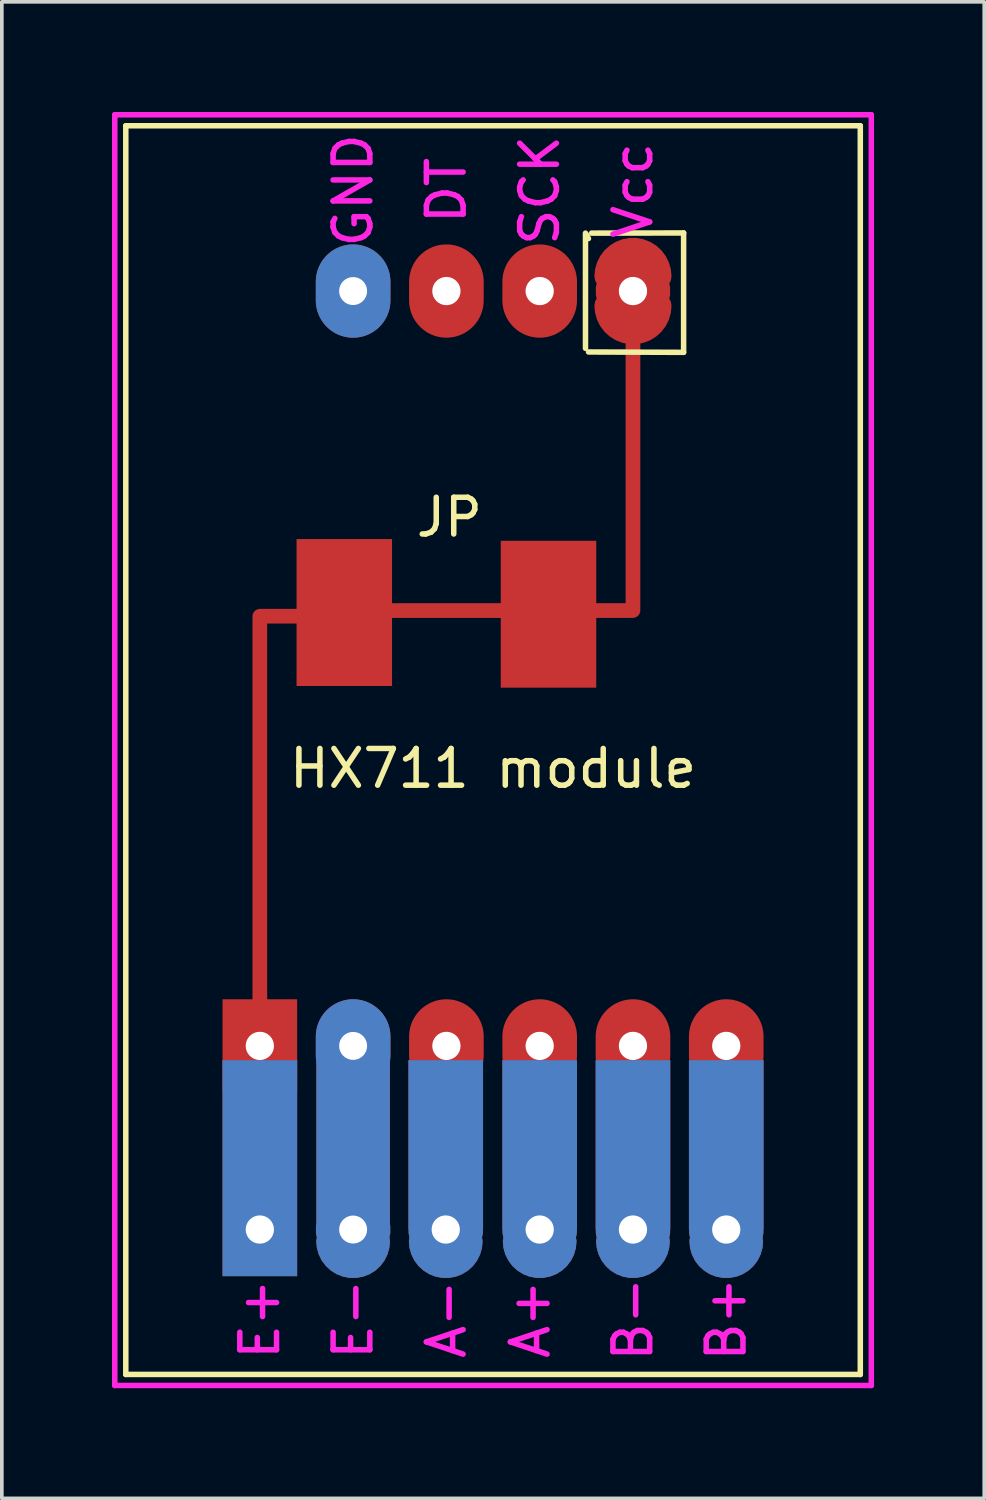
<source format=kicad_pcb>
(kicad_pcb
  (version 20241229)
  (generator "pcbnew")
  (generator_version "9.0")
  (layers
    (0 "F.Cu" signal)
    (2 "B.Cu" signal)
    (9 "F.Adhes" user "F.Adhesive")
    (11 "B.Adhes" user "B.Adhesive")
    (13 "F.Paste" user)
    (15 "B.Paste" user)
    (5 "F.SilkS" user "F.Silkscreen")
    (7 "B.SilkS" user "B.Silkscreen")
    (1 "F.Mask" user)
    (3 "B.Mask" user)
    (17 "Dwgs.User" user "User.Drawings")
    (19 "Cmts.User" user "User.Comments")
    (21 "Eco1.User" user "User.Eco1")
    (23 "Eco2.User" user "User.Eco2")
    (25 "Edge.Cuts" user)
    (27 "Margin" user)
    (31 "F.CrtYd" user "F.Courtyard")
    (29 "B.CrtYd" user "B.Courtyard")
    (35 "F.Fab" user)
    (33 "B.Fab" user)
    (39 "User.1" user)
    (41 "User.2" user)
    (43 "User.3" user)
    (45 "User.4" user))
  (footprint "HX711 module"
    (layer "F.Cu")
    (at 10.375 17.375)
    (property "Reference" "HX711 module" (at 0 0.5 0) (layer "F.SilkS") (effects (font (size 1 1) (thickness 0.15))))
    (attr through_hole)
    (fp_line (start -10 -17) (end -10 17) (stroke (width 0.15) (type solid)) (layer "F.SilkS"))
    (fp_line (start -10 -17) (end 10 -17) (stroke (width 0.15) (type solid)) (layer "F.SilkS"))
    (fp_line (start -10 17) (end 10 17) (stroke (width 0.15) (type solid)) (layer "F.SilkS"))
    (fp_line (start 2.517 -10.94) (end 2.517 -14.077) (stroke (width 0.15) (type solid)) (layer "F.SilkS"))
    (fp_line (start 2.598 -13.929) (end 2.548 -14.031) (stroke (width 0.15) (type solid)) (layer "F.SilkS"))
    (fp_line (start 2.682 -14.077) (end 5.189 -14.082) (stroke (width 0.15) (type solid)) (layer "F.SilkS"))
    (fp_line (start 5.189 -14.082) (end 5.189 -10.831) (stroke (width 0.15) (type solid)) (layer "F.SilkS"))
    (fp_line (start 5.189 -10.831) (end 2.601 -10.841) (stroke (width 0.15) (type solid)) (layer "F.SilkS"))
    (fp_line (start 10 -17) (end 10 17) (stroke (width 0.15) (type solid)) (layer "F.SilkS"))
    (fp_line (start -10.3 -17.3) (end 10.3 -17.3) (stroke (width 0.15) (type solid)) (layer "F.CrtYd"))
    (fp_line (start -10.3 17.3) (end -10.3 -17.3) (stroke (width 0.15) (type solid)) (layer "F.CrtYd"))
    (fp_line (start 10.3 -17.3) (end 10.3 17.3) (stroke (width 0.15) (type solid)) (layer "F.CrtYd"))
    (fp_line (start 10.3 17.3) (end -10.3 17.3) (stroke (width 0.15) (type solid)) (layer "F.CrtYd"))
    (fp_text user "JP" (at -1.189 -6.34 0) (layer "F.SilkS") (effects (font (size 1 1) (thickness 0.15))))
    (fp_text user "Vcc" (at 3.81 -15.24 90) (unlocked yes) (layer "F.CrtYd") (effects (font (size 1 1) (thickness 0.15))))
    (fp_text user "DT" (at -1.27 -15.24 90) (unlocked yes) (layer "F.CrtYd") (effects (font (size 1 1) (thickness 0.15))))
    (fp_text user "E-" (at -3.81 15.494 90) (unlocked yes) (layer "F.CrtYd") (effects (font (size 1 1) (thickness 0.15))))
    (fp_text user "E+" (at -6.35 15.494 90) (unlocked yes) (layer "F.CrtYd") (effects (font (size 1 1) (thickness 0.15))))
    (fp_text user "B-" (at 3.81 15.494 90) (unlocked yes) (layer "F.CrtYd") (effects (font (size 1 1) (thickness 0.15))))
    (fp_text user "A-" (at -1.27 15.494 90) (unlocked yes) (layer "F.CrtYd") (effects (font (size 1 1) (thickness 0.15))))
    (fp_text user "B+" (at 6.35 15.494 90) (unlocked yes) (layer "F.CrtYd") (effects (font (size 1 1) (thickness 0.15))))
    (fp_text user "SCK" (at 1.27 -15.24 90) (unlocked yes) (layer "F.CrtYd") (effects (font (size 1 1) (thickness 0.15))))
    (fp_text user "A+" (at 1.016 15.494 90) (unlocked yes) (layer "F.CrtYd") (effects (font (size 1 1) (thickness 0.15))))
    (fp_text user "GND" (at -3.81 -15.24 90) (unlocked yes) (layer "F.CrtYd") (effects (font (size 1 1) (thickness 0.15))))
    (pad "" np_thru_hole custom (at -6.35 8.054) (size 2.032 2.54) (drill 0.77) (layers "F.Cu" "F.Mask") (options (anchor rect)) (primitives (gr_line (start 0 -1) (end 0 -11.7) (width 0.4)) (gr_line (start 0 -11.7) (end 2 -11.7) (width 0.4)) (gr_poly (pts (xy 1 -13.8) (xy 3.6 -13.8) (xy 3.6 -9.8) (xy 1 -9.8)) (width 0) (fill yes))))
    (pad "" thru_hole custom (at -6.35 13.054) (size 2.032 2.54) (drill 0.77) (layers "F.Cu" "F.Mask") (options (anchor rect)) (primitives (gr_poly (pts (xy -1.016 0) (xy -1.016 -4.61) (xy 1.016 -4.61) (xy 1.016 0)) (width 0) (fill yes))))
    (pad "" np_thru_hole oval (at -1.27 -12.5) (size 2.032 2.54) (drill 0.77) (layers "F.Cu" "F.Mask"))
    (pad "" np_thru_hole oval (at -1.27 8.054) (size 2.032 2.54) (drill 0.77) (layers "F.Cu" "F.Mask"))
    (pad "" np_thru_hole oval (at 1.27 -12.5) (size 2.032 2.54) (drill 0.77) (layers "F.Cu" "F.Mask"))
    (pad "" np_thru_hole oval (at 1.27 8.054) (size 2.032 2.54) (drill 0.77) (layers "F.Cu" "F.Mask"))
    (pad "" np_thru_hole custom (at 3.81 -12.5) (size 2.032 2.032) (drill 0.77) (layers "F.Cu" "F.Mask") (options (anchor circle)) (primitives (gr_line (start 0 1) (end 0 8.7) (width 0.4)) (gr_arc (start -0.7 -0.4) (mid 0 -1.1) (end 0.7 -0.4) (width 0.7)) (gr_arc (start 0.7 0.4) (mid 0 1.1) (end -0.7 0.4) (width 0.7)) (gr_line (start 0 8.7) (end -1.2 8.7) (width 0.4)) (gr_poly (pts (xy -1 10.8) (xy -1 6.8) (xy -3.6 6.8) (xy -3.6 10.8)) (width 0) (fill yes)) (gr_line (start -3.4 8.7) (end -6.55 8.7) (width 0.4))))
    (pad "" np_thru_hole oval (at 3.81 8.054) (size 2.032 2.54) (drill 0.77) (layers "F.Cu" "F.Mask"))
    (pad "" np_thru_hole oval (at 6.35 8.054) (size 2.032 2.54) (drill 0.77) (layers "F.Cu" "F.Mask"))
    (pad "2" thru_hole custom (at -3.81 13.054) (size 2.032 2.032) (drill 0.762) (layers "*.Cu" "*.Mask") (options (anchor circle)) (primitives (gr_poly (pts (xy -1 0) (xy -1 -4.61) (xy 1 -4.61) (xy 1 0)) (width 0) (fill yes)) (gr_arc (start 0.6858 0.3175) (mid 0 1.0033) (end -0.6858 0.3175) (width 0.635))))
    (pad "2 DUP" thru_hole oval (at -3.81 8.054) (size 2.032 2.54) (drill 0.762) (layers "*.Cu" "*.Mask"))
    (pad "GND" thru_hole oval (at -3.81 -12.5) (size 2.032 2.54) (drill 0.762) (layers "*.Cu" "*.Mask"))
    (pad "~" thru_hole custom (at -1.288 13.054) (size 2.032 2.032) (drill 0.77) (layers "F.Cu" "F.Mask") (options (anchor circle)) (primitives (gr_poly (pts (xy -1.016 0) (xy -1.016 -4.61) (xy 1.016 -4.61) (xy 1.016 0)) (width 0) (fill yes)) (gr_arc (start 0.6858 0.3175) (mid 0 1.0033) (end -0.6858 0.3175) (width 0.635))))
    (pad "~" thru_hole custom (at 1.27 13.054) (size 2.032 2.032) (drill 0.77) (layers "F.Cu" "F.Mask") (options (anchor circle)) (primitives (gr_poly (pts (xy -1.016 0) (xy -1.016 -4.61) (xy 1.016 -4.61) (xy 1.016 0)) (width 0) (fill yes)) (gr_arc (start 0.6858 0.3175) (mid 0 1.0033) (end -0.6858 0.3175) (width 0.635))))
    (pad "~" thru_hole custom (at 3.81 13.054) (size 2.032 2.032) (drill 0.77) (layers "F.Cu" "F.Mask") (options (anchor circle)) (primitives (gr_poly (pts (xy -1.016 0) (xy -1.016 -4.61) (xy 1.016 -4.61) (xy 1.016 0)) (width 0) (fill yes)) (gr_arc (start 0.6858 0.3175) (mid 0 1.0033) (end -0.6858 0.3175) (width 0.635))))
    (pad "~" thru_hole custom (at 6.35 13.054) (size 2.032 2.032) (drill 0.77) (layers "F.Cu" "F.Mask") (options (anchor circle)) (primitives (gr_poly (pts (xy -1.016 0) (xy -1.016 -4.61) (xy 1.016 -4.61) (xy 1.016 0)) (width 0) (fill yes)) (gr_arc (start 0.6858 0.3175) (mid 0 1.0033) (end -0.6858 0.3175) (width 0.635)))))
  (gr_rect
    (start -3 -3)
    (end 23.75 37.75)
    (stroke (width 0.1) (type default))
    (fill no)
    (layer "Edge.Cuts")))
</source>
